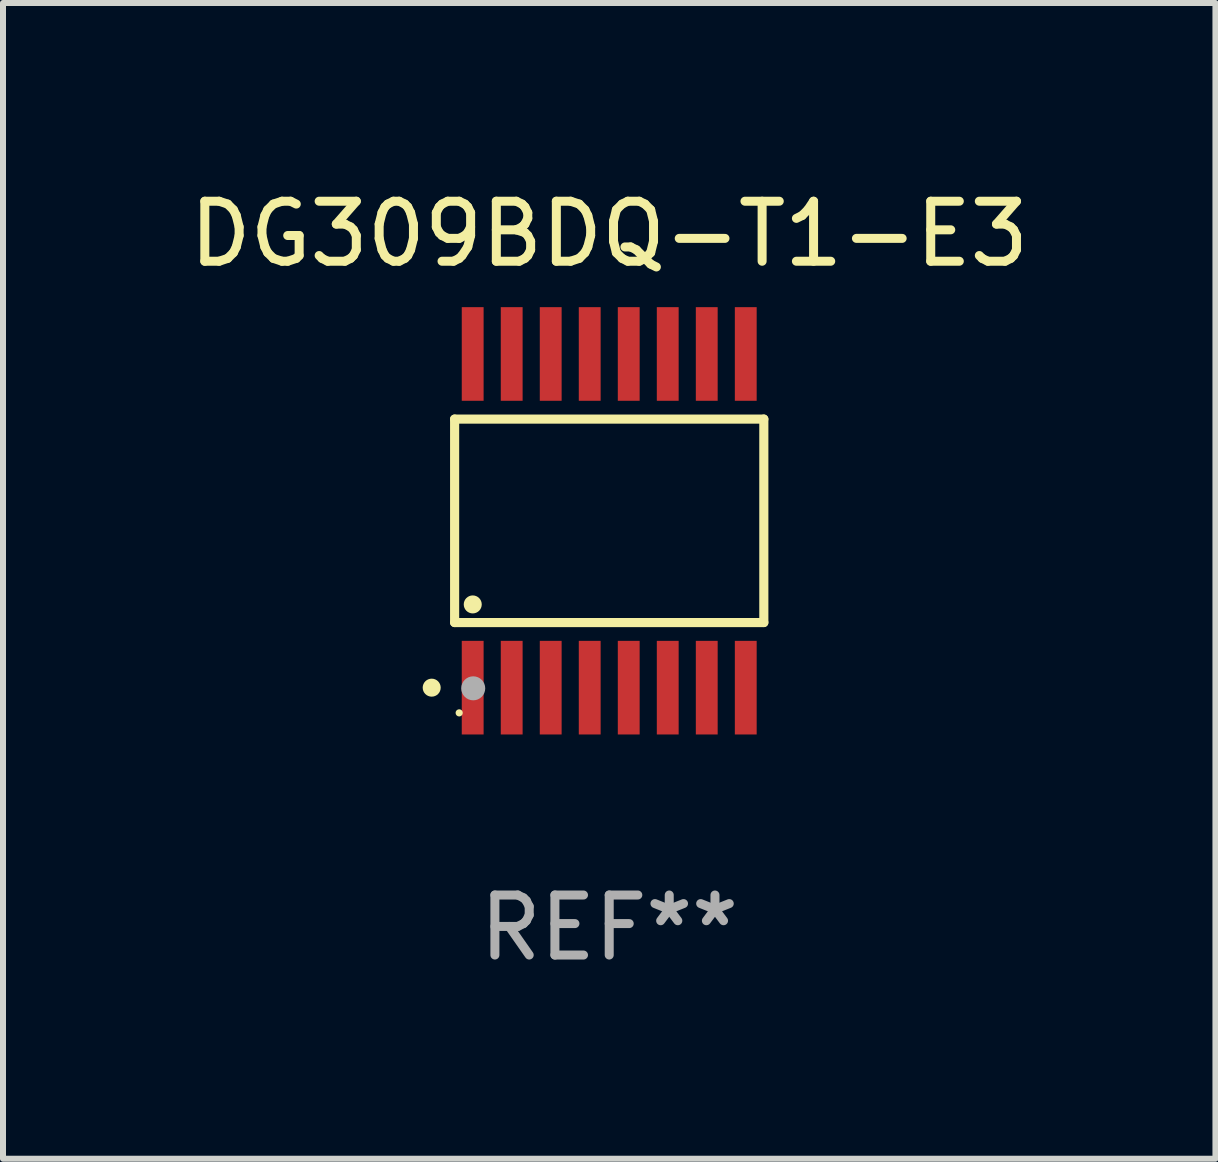
<source format=kicad_pcb>
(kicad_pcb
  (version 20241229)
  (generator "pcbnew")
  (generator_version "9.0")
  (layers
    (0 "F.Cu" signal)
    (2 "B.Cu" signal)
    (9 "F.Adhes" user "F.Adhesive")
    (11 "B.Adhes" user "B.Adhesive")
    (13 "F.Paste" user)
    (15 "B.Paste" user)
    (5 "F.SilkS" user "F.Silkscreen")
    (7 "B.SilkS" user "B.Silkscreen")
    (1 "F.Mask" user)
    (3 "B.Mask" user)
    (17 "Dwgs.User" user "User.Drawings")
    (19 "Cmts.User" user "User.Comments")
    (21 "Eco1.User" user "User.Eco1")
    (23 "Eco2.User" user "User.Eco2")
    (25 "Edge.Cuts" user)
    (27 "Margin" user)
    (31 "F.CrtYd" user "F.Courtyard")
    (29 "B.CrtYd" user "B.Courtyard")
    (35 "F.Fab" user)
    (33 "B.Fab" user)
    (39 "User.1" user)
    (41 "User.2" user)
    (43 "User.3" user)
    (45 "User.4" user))
  (footprint "DG309BDQ-T1-E3"
    (layer "F.Cu")
    (at 7.101 5.628)
    (property "Reference" "DG309BDQ-T1-E3" (at 0 -4.78 0) (layer "F.SilkS") (effects (font (size 1 1) (thickness 0.15))))
    (attr through_hole)
    (fp_line (start -2.576 -1.695) (end 2.576 -1.695) (stroke (width 0.152) (type solid)) (layer "F.SilkS"))
    (fp_line (start -2.576 1.695) (end -2.576 -1.695) (stroke (width 0.152) (type solid)) (layer "F.SilkS"))
    (fp_line (start 2.576 -1.695) (end 2.576 1.695) (stroke (width 0.152) (type solid)) (layer "F.SilkS"))
    (fp_line (start 2.576 1.695) (end -2.576 1.695) (stroke (width 0.152) (type solid)) (layer "F.SilkS"))
    (fp_circle (center -2.958 2.78) (end -2.883 2.78) (stroke (width 0.15) (type solid)) (fill no) (layer "F.SilkS"))
    (fp_circle (center -2.5 3.2) (end -2.47 3.2) (stroke (width 0.06) (type solid)) (fill no) (layer "F.SilkS"))
    (fp_circle (center -2.274 1.393) (end -2.199 1.393) (stroke (width 0.15) (type solid)) (fill no) (layer "F.SilkS"))
    (fp_circle (center -2.266 2.791) (end -2.166 2.791) (stroke (width 0.2) (type solid)) (fill no) (layer "F.Fab"))
    (fp_text user "REF**" (at 0 6.78 0) (layer "F.Fab") (effects (font (size 1 1) (thickness 0.15))))
    (pad "1" smd rect (at -2.275 2.78) (size 0.364 1.56) (layers "F.Cu" "F.Mask" "F.Paste"))
    (pad "2" smd rect (at -1.625 2.78) (size 0.364 1.56) (layers "F.Cu" "F.Mask" "F.Paste"))
    (pad "3" smd rect (at -0.975 2.78) (size 0.364 1.56) (layers "F.Cu" "F.Mask" "F.Paste"))
    (pad "4" smd rect (at -0.325 2.78) (size 0.364 1.56) (layers "F.Cu" "F.Mask" "F.Paste"))
    (pad "5" smd rect (at 0.325 2.78) (size 0.364 1.56) (layers "F.Cu" "F.Mask" "F.Paste"))
    (pad "6" smd rect (at 0.975 2.78) (size 0.364 1.56) (layers "F.Cu" "F.Mask" "F.Paste"))
    (pad "7" smd rect (at 1.625 2.78) (size 0.364 1.56) (layers "F.Cu" "F.Mask" "F.Paste"))
    (pad "8" smd rect (at 2.275 2.78) (size 0.364 1.56) (layers "F.Cu" "F.Mask" "F.Paste"))
    (pad "9" smd rect (at 2.275 -2.78) (size 0.364 1.56) (layers "F.Cu" "F.Mask" "F.Paste"))
    (pad "10" smd rect (at 1.625 -2.78) (size 0.364 1.56) (layers "F.Cu" "F.Mask" "F.Paste"))
    (pad "11" smd rect (at 0.975 -2.78) (size 0.364 1.56) (layers "F.Cu" "F.Mask" "F.Paste"))
    (pad "12" smd rect (at 0.325 -2.78) (size 0.364 1.56) (layers "F.Cu" "F.Mask" "F.Paste"))
    (pad "13" smd rect (at -0.325 -2.78) (size 0.364 1.56) (layers "F.Cu" "F.Mask" "F.Paste"))
    (pad "14" smd rect (at -0.975 -2.78) (size 0.364 1.56) (layers "F.Cu" "F.Mask" "F.Paste"))
    (pad "15" smd rect (at -1.625 -2.78) (size 0.364 1.56) (layers "F.Cu" "F.Mask" "F.Paste"))
    (pad "16" smd rect (at -2.275 -2.78) (size 0.364 1.56) (layers "F.Cu" "F.Mask" "F.Paste")))
  (gr_rect
    (start -3 -3)
    (end 17.202 16.257)
    (stroke (width 0.1) (type default))
    (fill no)
    (layer "Edge.Cuts")))
</source>
